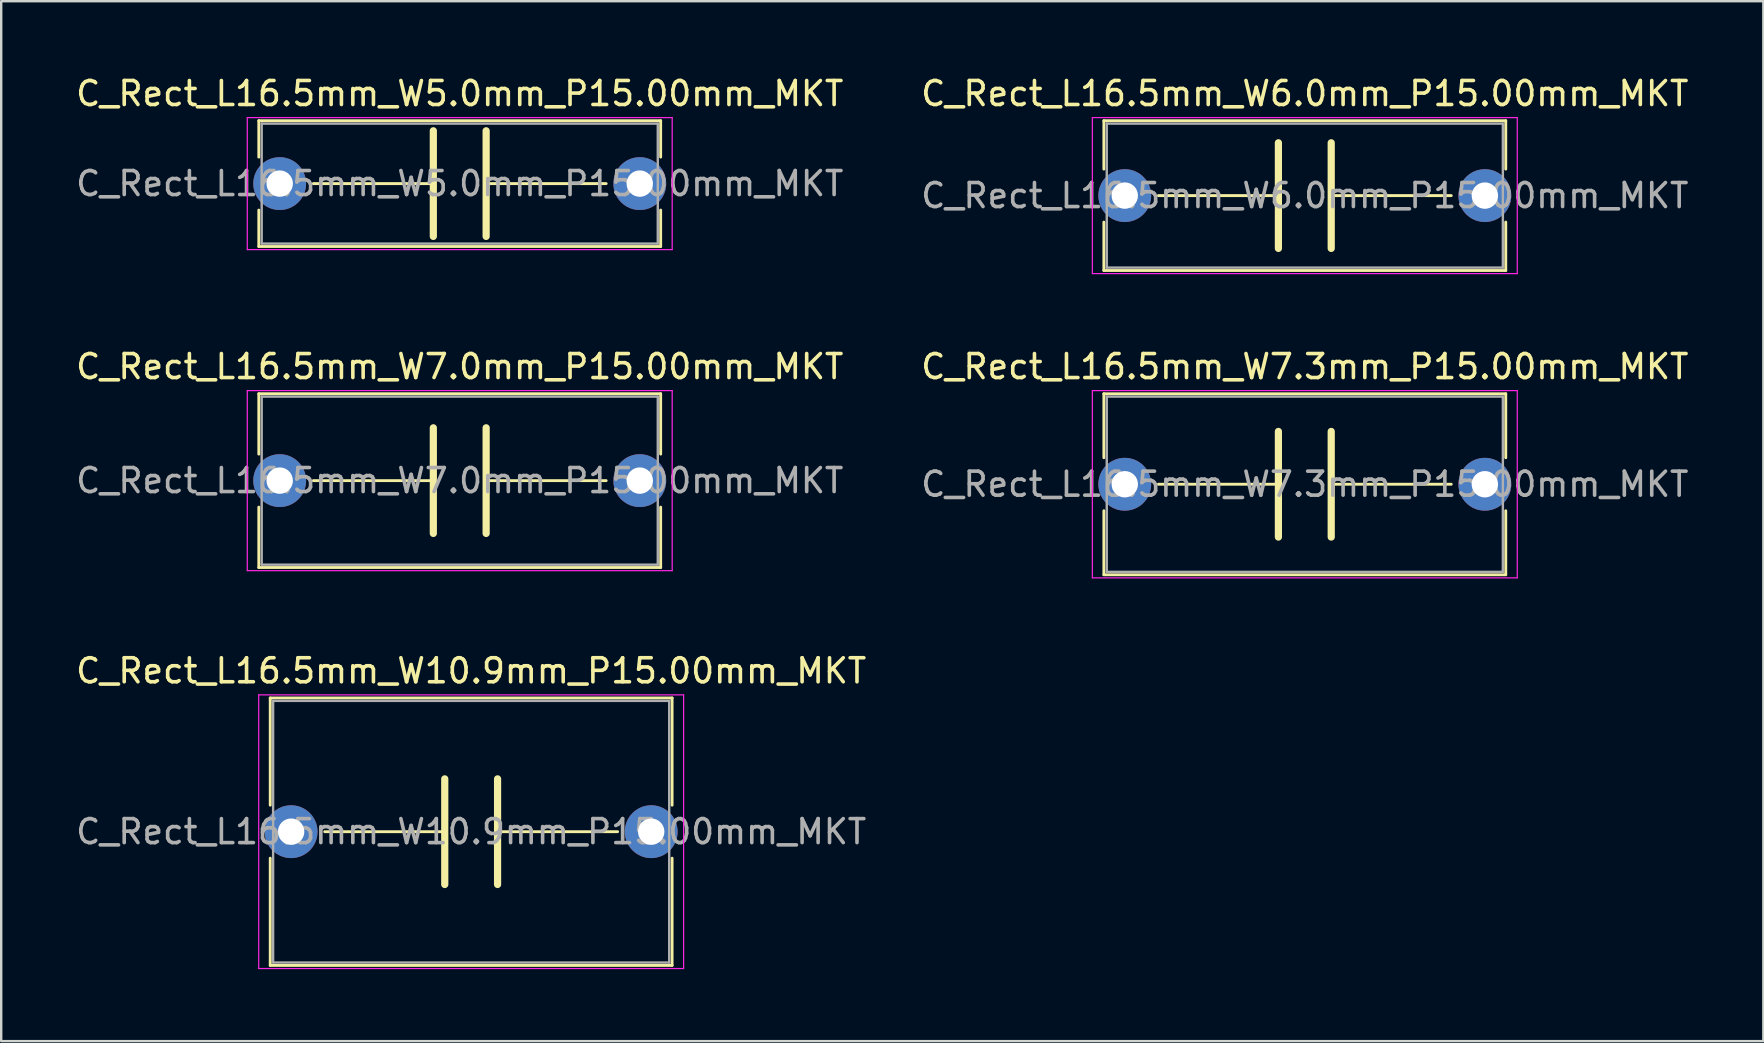
<source format=kicad_pcb>
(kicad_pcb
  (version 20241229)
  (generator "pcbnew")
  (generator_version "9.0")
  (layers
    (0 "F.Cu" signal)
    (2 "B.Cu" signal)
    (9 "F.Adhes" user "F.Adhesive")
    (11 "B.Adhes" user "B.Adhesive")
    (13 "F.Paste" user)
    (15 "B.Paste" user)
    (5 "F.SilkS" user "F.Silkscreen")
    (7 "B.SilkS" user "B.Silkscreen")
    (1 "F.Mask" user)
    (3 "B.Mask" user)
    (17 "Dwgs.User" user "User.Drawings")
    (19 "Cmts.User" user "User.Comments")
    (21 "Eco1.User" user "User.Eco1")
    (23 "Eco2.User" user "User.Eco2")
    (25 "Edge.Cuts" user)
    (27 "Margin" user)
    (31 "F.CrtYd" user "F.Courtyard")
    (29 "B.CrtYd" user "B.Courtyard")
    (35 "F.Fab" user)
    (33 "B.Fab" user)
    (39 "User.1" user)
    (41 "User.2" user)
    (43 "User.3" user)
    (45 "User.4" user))
  (footprint "C_Rect_L16.5mm_W7.0mm_P15.00mm_MKT"
    (layer "F.Cu")
    (at 8.601 16.971)
    (property "Reference" "C_Rect_L16.5mm_W7.0mm_P15.00mm_MKT" (at 7.5 -4.75 0) (layer "F.SilkS") (effects (font (size 1 1) (thickness 0.15))))
    (attr through_hole)
    (fp_line (start -0.87 -3.62) (end -0.87 -1.104) (stroke (width 0.12) (type solid)) (layer "F.SilkS"))
    (fp_line (start -0.87 -3.62) (end 15.87 -3.62) (stroke (width 0.12) (type solid)) (layer "F.SilkS"))
    (fp_line (start -0.87 1.104) (end -0.87 3.62) (stroke (width 0.12) (type solid)) (layer "F.SilkS"))
    (fp_line (start -0.87 3.62) (end 15.87 3.62) (stroke (width 0.12) (type solid)) (layer "F.SilkS"))
    (fp_line (start 1.4 0) (end 6.4 0) (stroke (width 0.12) (type solid)) (layer "F.SilkS"))
    (fp_line (start 6.4 -2.2) (end 6.4 2.2) (stroke (width 0.3) (type solid)) (layer "F.SilkS"))
    (fp_line (start 8.6 -2.2) (end 8.6 2.2) (stroke (width 0.3) (type solid)) (layer "F.SilkS"))
    (fp_line (start 8.6 0) (end 13.6 0) (stroke (width 0.12) (type solid)) (layer "F.SilkS"))
    (fp_line (start 15.87 -3.62) (end 15.87 -1.104) (stroke (width 0.12) (type solid)) (layer "F.SilkS"))
    (fp_line (start 15.87 1.104) (end 15.87 3.62) (stroke (width 0.12) (type solid)) (layer "F.SilkS"))
    (fp_line (start -1.35 -3.75) (end -1.35 3.75) (stroke (width 0.05) (type solid)) (layer "F.CrtYd"))
    (fp_line (start -1.35 3.75) (end 16.35 3.75) (stroke (width 0.05) (type solid)) (layer "F.CrtYd"))
    (fp_line (start 16.35 -3.75) (end -1.35 -3.75) (stroke (width 0.05) (type solid)) (layer "F.CrtYd"))
    (fp_line (start 16.35 3.75) (end 16.35 -3.75) (stroke (width 0.05) (type solid)) (layer "F.CrtYd"))
    (fp_line (start -0.75 -3.5) (end -0.75 3.5) (stroke (width 0.1) (type solid)) (layer "F.Fab"))
    (fp_line (start -0.75 3.5) (end 15.75 3.5) (stroke (width 0.1) (type solid)) (layer "F.Fab"))
    (fp_line (start 15.75 -3.5) (end -0.75 -3.5) (stroke (width 0.1) (type solid)) (layer "F.Fab"))
    (fp_line (start 15.75 3.5) (end 15.75 -3.5) (stroke (width 0.1) (type solid)) (layer "F.Fab"))
    (fp_text user "${REFERENCE}" (at 7.5 0 0) (layer "F.Fab") (effects (font (size 1 1) (thickness 0.15))))
    (pad "1" thru_hole circle (at 0 0) (size 2.2 2.2) (drill 1.1) (layers "*.Cu" "*.Mask"))
    (pad "2" thru_hole circle (at 15 0) (size 2.2 2.2) (drill 1.1) (layers "*.Cu" "*.Mask")))
  (footprint "C_Rect_L16.5mm_W10.9mm_P15.00mm_MKT"
    (layer "F.Cu")
    (at 9.077 31.595)
    (property "Reference" "C_Rect_L16.5mm_W10.9mm_P15.00mm_MKT" (at 7.5 -6.7 0) (layer "F.SilkS") (effects (font (size 1 1) (thickness 0.15))))
    (attr through_hole)
    (fp_line (start -0.87 -5.57) (end -0.87 -1.104) (stroke (width 0.12) (type solid)) (layer "F.SilkS"))
    (fp_line (start -0.87 -5.57) (end 15.87 -5.57) (stroke (width 0.12) (type solid)) (layer "F.SilkS"))
    (fp_line (start -0.87 1.104) (end -0.87 5.57) (stroke (width 0.12) (type solid)) (layer "F.SilkS"))
    (fp_line (start -0.87 5.57) (end 15.87 5.57) (stroke (width 0.12) (type solid)) (layer "F.SilkS"))
    (fp_line (start 1.4 0) (end 6.4 0) (stroke (width 0.12) (type solid)) (layer "F.SilkS"))
    (fp_line (start 6.4 -2.2) (end 6.4 2.2) (stroke (width 0.3) (type solid)) (layer "F.SilkS"))
    (fp_line (start 8.6 -2.2) (end 8.6 2.2) (stroke (width 0.3) (type solid)) (layer "F.SilkS"))
    (fp_line (start 8.6 0) (end 13.6 0) (stroke (width 0.12) (type solid)) (layer "F.SilkS"))
    (fp_line (start 15.87 -5.57) (end 15.87 -1.104) (stroke (width 0.12) (type solid)) (layer "F.SilkS"))
    (fp_line (start 15.87 1.104) (end 15.87 5.57) (stroke (width 0.12) (type solid)) (layer "F.SilkS"))
    (fp_line (start -1.35 -5.7) (end -1.35 5.7) (stroke (width 0.05) (type solid)) (layer "F.CrtYd"))
    (fp_line (start -1.35 5.7) (end 16.35 5.7) (stroke (width 0.05) (type solid)) (layer "F.CrtYd"))
    (fp_line (start 16.35 -5.7) (end -1.35 -5.7) (stroke (width 0.05) (type solid)) (layer "F.CrtYd"))
    (fp_line (start 16.35 5.7) (end 16.35 -5.7) (stroke (width 0.05) (type solid)) (layer "F.CrtYd"))
    (fp_line (start -0.75 -5.45) (end -0.75 5.45) (stroke (width 0.1) (type solid)) (layer "F.Fab"))
    (fp_line (start -0.75 5.45) (end 15.75 5.45) (stroke (width 0.1) (type solid)) (layer "F.Fab"))
    (fp_line (start 15.75 -5.45) (end -0.75 -5.45) (stroke (width 0.1) (type solid)) (layer "F.Fab"))
    (fp_line (start 15.75 5.45) (end 15.75 -5.45) (stroke (width 0.1) (type solid)) (layer "F.Fab"))
    (fp_text user "${REFERENCE}" (at 7.5 0 0) (layer "F.Fab") (effects (font (size 1 1) (thickness 0.15))))
    (pad "1" thru_hole circle (at 0 0) (size 2.2 2.2) (drill 1.1) (layers "*.Cu" "*.Mask"))
    (pad "2" thru_hole circle (at 15 0) (size 2.2 2.2) (drill 1.1) (layers "*.Cu" "*.Mask")))
  (footprint "C_Rect_L16.5mm_W6.0mm_P15.00mm_MKT"
    (layer "F.Cu")
    (at 43.804 5.098)
    (property "Reference" "C_Rect_L16.5mm_W6.0mm_P15.00mm_MKT" (at 7.5 -4.25 0) (layer "F.SilkS") (effects (font (size 1 1) (thickness 0.15))))
    (attr through_hole)
    (fp_line (start -0.87 -3.12) (end -0.87 -1.104) (stroke (width 0.12) (type solid)) (layer "F.SilkS"))
    (fp_line (start -0.87 -3.12) (end 15.87 -3.12) (stroke (width 0.12) (type solid)) (layer "F.SilkS"))
    (fp_line (start -0.87 1.104) (end -0.87 3.12) (stroke (width 0.12) (type solid)) (layer "F.SilkS"))
    (fp_line (start -0.87 3.12) (end 15.87 3.12) (stroke (width 0.12) (type solid)) (layer "F.SilkS"))
    (fp_line (start 1.4 0) (end 6.4 0) (stroke (width 0.12) (type solid)) (layer "F.SilkS"))
    (fp_line (start 6.4 -2.2) (end 6.4 2.2) (stroke (width 0.3) (type solid)) (layer "F.SilkS"))
    (fp_line (start 8.6 -2.2) (end 8.6 2.2) (stroke (width 0.3) (type solid)) (layer "F.SilkS"))
    (fp_line (start 8.6 0) (end 13.6 0) (stroke (width 0.12) (type solid)) (layer "F.SilkS"))
    (fp_line (start 15.87 -3.12) (end 15.87 -1.104) (stroke (width 0.12) (type solid)) (layer "F.SilkS"))
    (fp_line (start 15.87 1.104) (end 15.87 3.12) (stroke (width 0.12) (type solid)) (layer "F.SilkS"))
    (fp_line (start -1.35 -3.25) (end -1.35 3.25) (stroke (width 0.05) (type solid)) (layer "F.CrtYd"))
    (fp_line (start -1.35 3.25) (end 16.35 3.25) (stroke (width 0.05) (type solid)) (layer "F.CrtYd"))
    (fp_line (start 16.35 -3.25) (end -1.35 -3.25) (stroke (width 0.05) (type solid)) (layer "F.CrtYd"))
    (fp_line (start 16.35 3.25) (end 16.35 -3.25) (stroke (width 0.05) (type solid)) (layer "F.CrtYd"))
    (fp_line (start -0.75 -3) (end -0.75 3) (stroke (width 0.1) (type solid)) (layer "F.Fab"))
    (fp_line (start -0.75 3) (end 15.75 3) (stroke (width 0.1) (type solid)) (layer "F.Fab"))
    (fp_line (start 15.75 -3) (end -0.75 -3) (stroke (width 0.1) (type solid)) (layer "F.Fab"))
    (fp_line (start 15.75 3) (end 15.75 -3) (stroke (width 0.1) (type solid)) (layer "F.Fab"))
    (fp_text user "${REFERENCE}" (at 7.5 0 0) (layer "F.Fab") (effects (font (size 1 1) (thickness 0.15))))
    (pad "1" thru_hole circle (at 0 0) (size 2.2 2.2) (drill 1.1) (layers "*.Cu" "*.Mask"))
    (pad "2" thru_hole circle (at 15 0) (size 2.2 2.2) (drill 1.1) (layers "*.Cu" "*.Mask")))
  (footprint "C_Rect_L16.5mm_W5.0mm_P15.00mm_MKT"
    (layer "F.Cu")
    (at 8.601 4.598)
    (property "Reference" "C_Rect_L16.5mm_W5.0mm_P15.00mm_MKT" (at 7.5 -3.75 0) (layer "F.SilkS") (effects (font (size 1 1) (thickness 0.15))))
    (attr through_hole)
    (fp_line (start -0.87 -2.62) (end -0.87 -1.104) (stroke (width 0.12) (type solid)) (layer "F.SilkS"))
    (fp_line (start -0.87 -2.62) (end 15.87 -2.62) (stroke (width 0.12) (type solid)) (layer "F.SilkS"))
    (fp_line (start -0.87 1.104) (end -0.87 2.62) (stroke (width 0.12) (type solid)) (layer "F.SilkS"))
    (fp_line (start -0.87 2.62) (end 15.87 2.62) (stroke (width 0.12) (type solid)) (layer "F.SilkS"))
    (fp_line (start 1.4 0) (end 6.4 0) (stroke (width 0.12) (type solid)) (layer "F.SilkS"))
    (fp_line (start 6.4 -2.2) (end 6.4 2.2) (stroke (width 0.3) (type solid)) (layer "F.SilkS"))
    (fp_line (start 8.6 -2.2) (end 8.6 2.2) (stroke (width 0.3) (type solid)) (layer "F.SilkS"))
    (fp_line (start 8.6 0) (end 13.6 0) (stroke (width 0.12) (type solid)) (layer "F.SilkS"))
    (fp_line (start 15.87 -2.62) (end 15.87 -1.104) (stroke (width 0.12) (type solid)) (layer "F.SilkS"))
    (fp_line (start 15.87 1.104) (end 15.87 2.62) (stroke (width 0.12) (type solid)) (layer "F.SilkS"))
    (fp_line (start -1.35 -2.75) (end -1.35 2.75) (stroke (width 0.05) (type solid)) (layer "F.CrtYd"))
    (fp_line (start -1.35 2.75) (end 16.35 2.75) (stroke (width 0.05) (type solid)) (layer "F.CrtYd"))
    (fp_line (start 16.35 -2.75) (end -1.35 -2.75) (stroke (width 0.05) (type solid)) (layer "F.CrtYd"))
    (fp_line (start 16.35 2.75) (end 16.35 -2.75) (stroke (width 0.05) (type solid)) (layer "F.CrtYd"))
    (fp_line (start -0.75 -2.5) (end -0.75 2.5) (stroke (width 0.1) (type solid)) (layer "F.Fab"))
    (fp_line (start -0.75 2.5) (end 15.75 2.5) (stroke (width 0.1) (type solid)) (layer "F.Fab"))
    (fp_line (start 15.75 -2.5) (end -0.75 -2.5) (stroke (width 0.1) (type solid)) (layer "F.Fab"))
    (fp_line (start 15.75 2.5) (end 15.75 -2.5) (stroke (width 0.1) (type solid)) (layer "F.Fab"))
    (fp_text user "${REFERENCE}" (at 7.5 0 0) (layer "F.Fab") (effects (font (size 1 1) (thickness 0.15))))
    (pad "1" thru_hole circle (at 0 0) (size 2.2 2.2) (drill 1.1) (layers "*.Cu" "*.Mask"))
    (pad "2" thru_hole circle (at 15 0) (size 2.2 2.2) (drill 1.1) (layers "*.Cu" "*.Mask")))
  (footprint "C_Rect_L16.5mm_W7.3mm_P15.00mm_MKT"
    (layer "F.Cu")
    (at 43.804 17.122)
    (property "Reference" "C_Rect_L16.5mm_W7.3mm_P15.00mm_MKT" (at 7.5 -4.9 0) (layer "F.SilkS") (effects (font (size 1 1) (thickness 0.15))))
    (attr through_hole)
    (fp_line (start -0.87 -3.77) (end -0.87 -1.104) (stroke (width 0.12) (type solid)) (layer "F.SilkS"))
    (fp_line (start -0.87 -3.77) (end 15.87 -3.77) (stroke (width 0.12) (type solid)) (layer "F.SilkS"))
    (fp_line (start -0.87 1.104) (end -0.87 3.77) (stroke (width 0.12) (type solid)) (layer "F.SilkS"))
    (fp_line (start -0.87 3.77) (end 15.87 3.77) (stroke (width 0.12) (type solid)) (layer "F.SilkS"))
    (fp_line (start 1.4 0) (end 6.4 0) (stroke (width 0.12) (type solid)) (layer "F.SilkS"))
    (fp_line (start 6.4 -2.2) (end 6.4 2.2) (stroke (width 0.3) (type solid)) (layer "F.SilkS"))
    (fp_line (start 8.6 -2.2) (end 8.6 2.2) (stroke (width 0.3) (type solid)) (layer "F.SilkS"))
    (fp_line (start 8.6 0) (end 13.6 0) (stroke (width 0.12) (type solid)) (layer "F.SilkS"))
    (fp_line (start 15.87 -3.77) (end 15.87 -1.104) (stroke (width 0.12) (type solid)) (layer "F.SilkS"))
    (fp_line (start 15.87 1.104) (end 15.87 3.77) (stroke (width 0.12) (type solid)) (layer "F.SilkS"))
    (fp_line (start -1.35 -3.9) (end -1.35 3.9) (stroke (width 0.05) (type solid)) (layer "F.CrtYd"))
    (fp_line (start -1.35 3.9) (end 16.35 3.9) (stroke (width 0.05) (type solid)) (layer "F.CrtYd"))
    (fp_line (start 16.35 -3.9) (end -1.35 -3.9) (stroke (width 0.05) (type solid)) (layer "F.CrtYd"))
    (fp_line (start 16.35 3.9) (end 16.35 -3.9) (stroke (width 0.05) (type solid)) (layer "F.CrtYd"))
    (fp_line (start -0.75 -3.65) (end -0.75 3.65) (stroke (width 0.1) (type solid)) (layer "F.Fab"))
    (fp_line (start -0.75 3.65) (end 15.75 3.65) (stroke (width 0.1) (type solid)) (layer "F.Fab"))
    (fp_line (start 15.75 -3.65) (end -0.75 -3.65) (stroke (width 0.1) (type solid)) (layer "F.Fab"))
    (fp_line (start 15.75 3.65) (end 15.75 -3.65) (stroke (width 0.1) (type solid)) (layer "F.Fab"))
    (fp_text user "${REFERENCE}" (at 7.5 0 0) (layer "F.Fab") (effects (font (size 1 1) (thickness 0.15))))
    (pad "1" thru_hole circle (at 0 0) (size 2.2 2.2) (drill 1.1) (layers "*.Cu" "*.Mask"))
    (pad "2" thru_hole circle (at 15 0) (size 2.2 2.2) (drill 1.1) (layers "*.Cu" "*.Mask")))
  (gr_rect
    (start -3 -3)
    (end 70.405 40.32)
    (stroke (width 0.1) (type default))
    (fill no)
    (layer "Edge.Cuts")))
</source>
